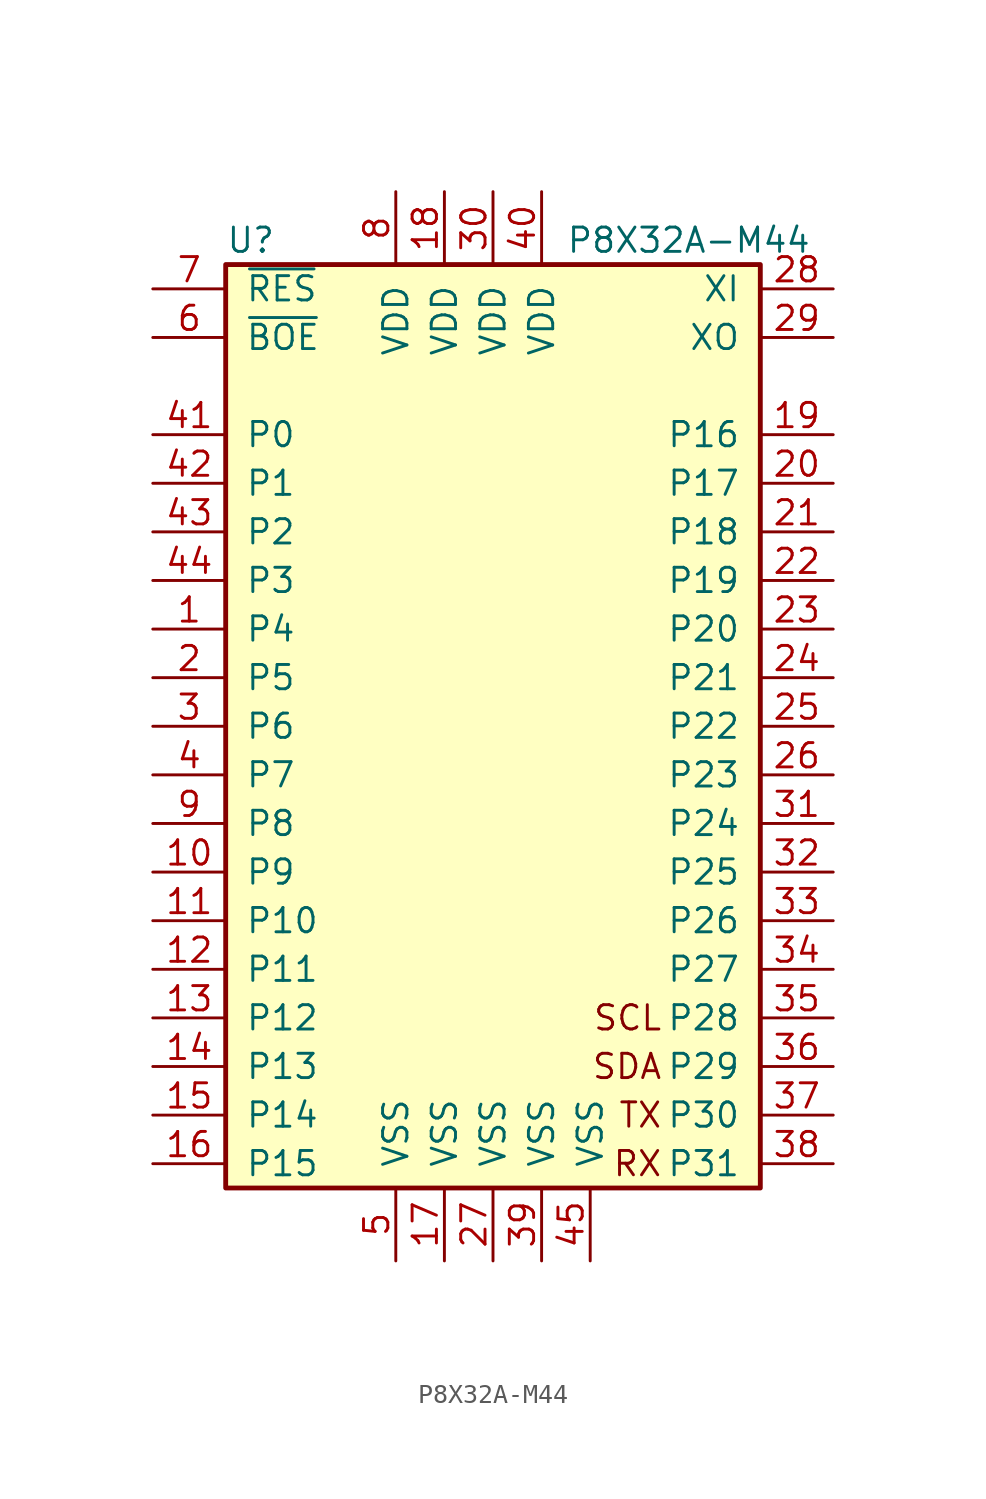
<source format=kicad_sym>
(kicad_symbol_lib
  (version 20211014)
  (generator kicad_symbol_editor)
  (symbol "P8X32A-M44"
    (pin_names
      (offset 1.016))
    (property "Reference" "U"
      (at -13.97 25.4 0)
      (effects (font (size 1.27 1.27)) (justify left)))
    (property "Value" "P8X32A-M44"
      (at 3.81 25.4 0)
      (effects (font (size 1.27 1.27)) (justify left)))
    (symbol "P8X32A-M44_0_1"
      (rectangle (start -13.97 24.13) (end 13.97 -24.13) (stroke (width 0.254) (type default) (color 0 0 0 0)) (fill (type background)))
      (text "RX" (at 8.89 -22.86 0) (effects (font (size 1.27 1.27)) (justify right)))
      (text "SCL" (at 8.89 -15.24 0) (effects (font (size 1.27 1.27)) (justify right)))
      (text "SDA" (at 8.89 -17.78 0) (effects (font (size 1.27 1.27)) (justify right)))
      (text "TX" (at 8.89 -20.32 0) (effects (font (size 1.27 1.27)) (justify right)))
      (pin bidirectional line (at -17.78 5.08 0) (length 3.81) (name "P4" (effects (font (size 1.27 1.27)))) (number "1" (effects (font (size 1.27 1.27)))))
      (pin bidirectional line (at -17.78 -7.62 0) (length 3.81) (name "P9" (effects (font (size 1.27 1.27)))) (number "10" (effects (font (size 1.27 1.27)))))
      (pin bidirectional line (at -17.78 -10.16 0) (length 3.81) (name "P10" (effects (font (size 1.27 1.27)))) (number "11" (effects (font (size 1.27 1.27)))))
      (pin bidirectional line (at -17.78 -12.7 0) (length 3.81) (name "P11" (effects (font (size 1.27 1.27)))) (number "12" (effects (font (size 1.27 1.27)))))
      (pin bidirectional line (at -17.78 -15.24 0) (length 3.81) (name "P12" (effects (font (size 1.27 1.27)))) (number "13" (effects (font (size 1.27 1.27)))))
      (pin bidirectional line (at -17.78 -17.78 0) (length 3.81) (name "P13" (effects (font (size 1.27 1.27)))) (number "14" (effects (font (size 1.27 1.27)))))
      (pin bidirectional line (at -17.78 -20.32 0) (length 3.81) (name "P14" (effects (font (size 1.27 1.27)))) (number "15" (effects (font (size 1.27 1.27)))))
      (pin bidirectional line (at -17.78 -22.86 0) (length 3.81) (name "P15" (effects (font (size 1.27 1.27)))) (number "16" (effects (font (size 1.27 1.27)))))
      (pin power_in line (at -2.54 -27.94 90) (length 3.81) (name "VSS" (effects (font (size 1.27 1.27)))) (number "17" (effects (font (size 1.27 1.27)))))
      (pin power_in line (at -2.54 27.94 270) (length 3.81) (name "VDD" (effects (font (size 1.27 1.27)))) (number "18" (effects (font (size 1.27 1.27)))))
      (pin bidirectional line (at 17.78 15.24 180) (length 3.81) (name "P16" (effects (font (size 1.27 1.27)))) (number "19" (effects (font (size 1.27 1.27)))))
      (pin bidirectional line (at -17.78 2.54 0) (length 3.81) (name "P5" (effects (font (size 1.27 1.27)))) (number "2" (effects (font (size 1.27 1.27)))))
      (pin bidirectional line (at 17.78 12.7 180) (length 3.81) (name "P17" (effects (font (size 1.27 1.27)))) (number "20" (effects (font (size 1.27 1.27)))))
      (pin bidirectional line (at 17.78 10.16 180) (length 3.81) (name "P18" (effects (font (size 1.27 1.27)))) (number "21" (effects (font (size 1.27 1.27)))))
      (pin bidirectional line (at 17.78 7.62 180) (length 3.81) (name "P19" (effects (font (size 1.27 1.27)))) (number "22" (effects (font (size 1.27 1.27)))))
      (pin bidirectional line (at 17.78 5.08 180) (length 3.81) (name "P20" (effects (font (size 1.27 1.27)))) (number "23" (effects (font (size 1.27 1.27)))))
      (pin bidirectional line (at 17.78 2.54 180) (length 3.81) (name "P21" (effects (font (size 1.27 1.27)))) (number "24" (effects (font (size 1.27 1.27)))))
      (pin bidirectional line (at 17.78 0 180) (length 3.81) (name "P22" (effects (font (size 1.27 1.27)))) (number "25" (effects (font (size 1.27 1.27)))))
      (pin bidirectional line (at 17.78 -2.54 180) (length 3.81) (name "P23" (effects (font (size 1.27 1.27)))) (number "26" (effects (font (size 1.27 1.27)))))
      (pin power_in line (at 0 -27.94 90) (length 3.81) (name "VSS" (effects (font (size 1.27 1.27)))) (number "27" (effects (font (size 1.27 1.27)))))
      (pin input line (at 17.78 22.86 180) (length 3.81) (name "XI" (effects (font (size 1.27 1.27)))) (number "28" (effects (font (size 1.27 1.27)))))
      (pin output line (at 17.78 20.32 180) (length 3.81) (name "XO" (effects (font (size 1.27 1.27)))) (number "29" (effects (font (size 1.27 1.27)))))
      (pin bidirectional line (at -17.78 0 0) (length 3.81) (name "P6" (effects (font (size 1.27 1.27)))) (number "3" (effects (font (size 1.27 1.27)))))
      (pin power_in line (at 0 27.94 270) (length 3.81) (name "VDD" (effects (font (size 1.27 1.27)))) (number "30" (effects (font (size 1.27 1.27)))))
      (pin bidirectional line (at 17.78 -5.08 180) (length 3.81) (name "P24" (effects (font (size 1.27 1.27)))) (number "31" (effects (font (size 1.27 1.27)))))
      (pin bidirectional line (at 17.78 -7.62 180) (length 3.81) (name "P25" (effects (font (size 1.27 1.27)))) (number "32" (effects (font (size 1.27 1.27)))))
      (pin bidirectional line (at 17.78 -10.16 180) (length 3.81) (name "P26" (effects (font (size 1.27 1.27)))) (number "33" (effects (font (size 1.27 1.27)))))
      (pin bidirectional line (at 17.78 -12.7 180) (length 3.81) (name "P27" (effects (font (size 1.27 1.27)))) (number "34" (effects (font (size 1.27 1.27)))))
      (pin bidirectional line (at 17.78 -15.24 180) (length 3.81) (name "P28" (effects (font (size 1.27 1.27)))) (number "35" (effects (font (size 1.27 1.27)))))
      (pin bidirectional line (at 17.78 -17.78 180) (length 3.81) (name "P29" (effects (font (size 1.27 1.27)))) (number "36" (effects (font (size 1.27 1.27)))))
      (pin bidirectional line (at 17.78 -20.32 180) (length 3.81) (name "P30" (effects (font (size 1.27 1.27)))) (number "37" (effects (font (size 1.27 1.27)))))
      (pin bidirectional line (at 17.78 -22.86 180) (length 3.81) (name "P31" (effects (font (size 1.27 1.27)))) (number "38" (effects (font (size 1.27 1.27)))))
      (pin power_in line (at 2.54 -27.94 90) (length 3.81) (name "VSS" (effects (font (size 1.27 1.27)))) (number "39" (effects (font (size 1.27 1.27)))))
      (pin bidirectional line (at -17.78 -2.54 0) (length 3.81) (name "P7" (effects (font (size 1.27 1.27)))) (number "4" (effects (font (size 1.27 1.27)))))
      (pin power_in line (at 2.54 27.94 270) (length 3.81) (name "VDD" (effects (font (size 1.27 1.27)))) (number "40" (effects (font (size 1.27 1.27)))))
      (pin bidirectional line (at -17.78 15.24 0) (length 3.81) (name "P0" (effects (font (size 1.27 1.27)))) (number "41" (effects (font (size 1.27 1.27)))))
      (pin bidirectional line (at -17.78 12.7 0) (length 3.81) (name "P1" (effects (font (size 1.27 1.27)))) (number "42" (effects (font (size 1.27 1.27)))))
      (pin bidirectional line (at -17.78 10.16 0) (length 3.81) (name "P2" (effects (font (size 1.27 1.27)))) (number "43" (effects (font (size 1.27 1.27)))))
      (pin bidirectional line (at -17.78 7.62 0) (length 3.81) (name "P3" (effects (font (size 1.27 1.27)))) (number "44" (effects (font (size 1.27 1.27)))))
      (pin power_in line (at 5.08 -27.94 90) (length 3.81) (name "VSS" (effects (font (size 1.27 1.27)))) (number "45" (effects (font (size 1.27 1.27)))))
      (pin power_in line (at -5.08 -27.94 90) (length 3.81) (name "VSS" (effects (font (size 1.27 1.27)))) (number "5" (effects (font (size 1.27 1.27)))))
      (pin input line (at -17.78 20.32 0) (length 3.81) (name "~{BOE}" (effects (font (size 1.27 1.27)))) (number "6" (effects (font (size 1.27 1.27)))))
      (pin bidirectional line (at -17.78 22.86 0) (length 3.81) (name "~{RES}" (effects (font (size 1.27 1.27)))) (number "7" (effects (font (size 1.27 1.27)))))
      (pin power_in line (at -5.08 27.94 270) (length 3.81) (name "VDD" (effects (font (size 1.27 1.27)))) (number "8" (effects (font (size 1.27 1.27)))))
      (pin bidirectional line (at -17.78 -5.08 0) (length 3.81) (name "P8" (effects (font (size 1.27 1.27)))) (number "9" (effects (font (size 1.27 1.27))))))))
</source>
